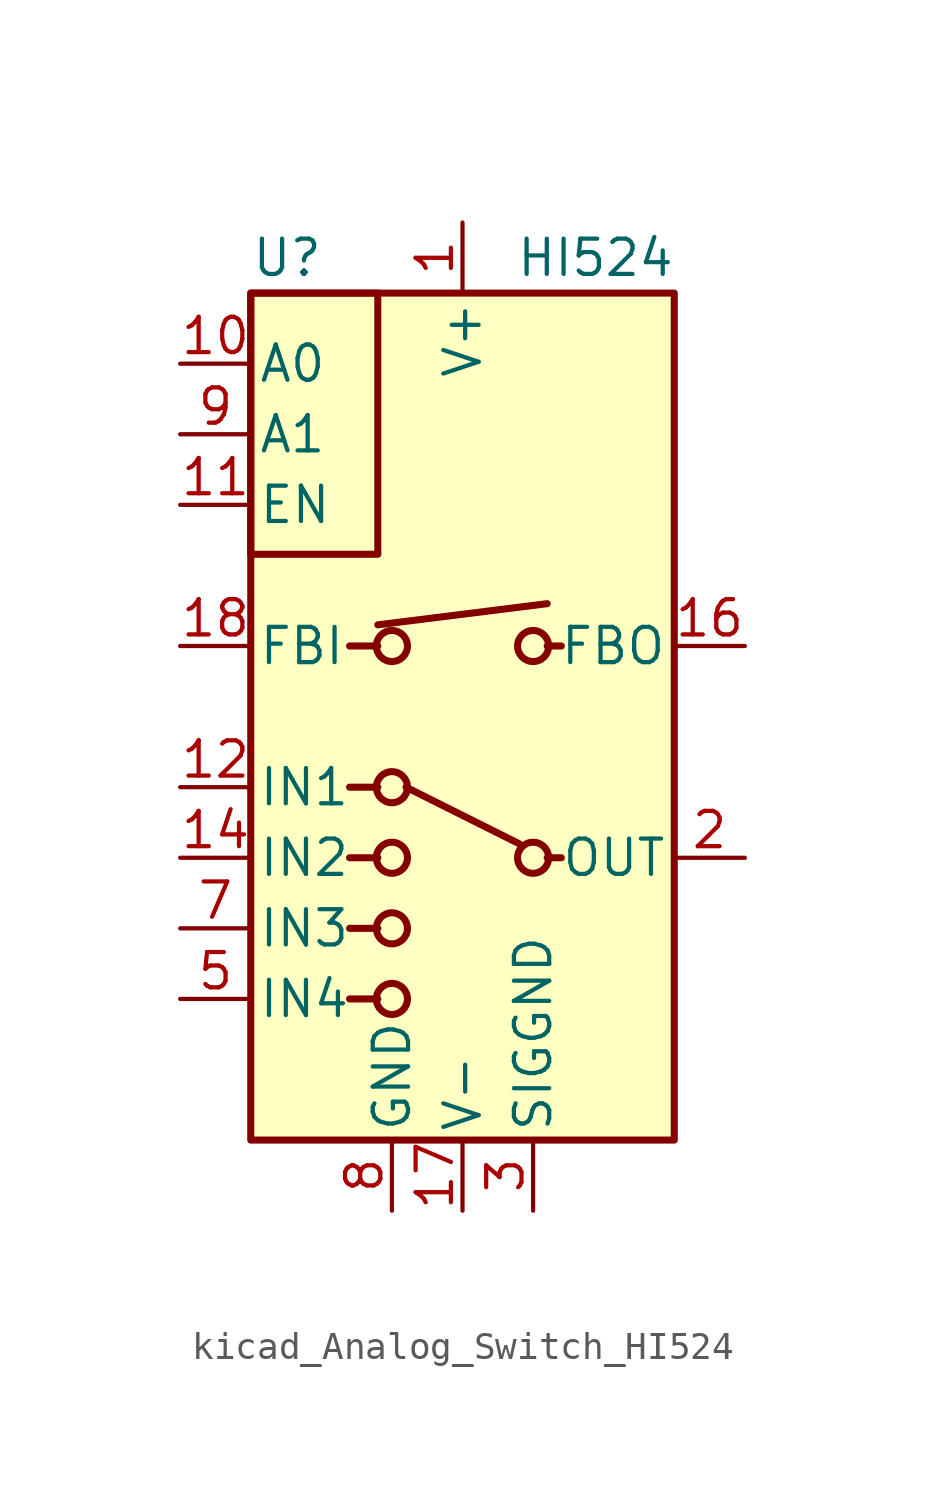
<source format=kicad_sym>
(kicad_symbol_lib
  (version 20220914)
  (generator kicad_symbol_editor)
  (symbol "kicad_Analog_Switch_HI524"
    (pin_names
      (offset 0.254))
    (property "Reference" "U"
      (at -7.62 16.51 0)
      (effects (font (size 1.27 1.27)) (justify left)))
    (property "Value" "HI524"
      (at 1.905 16.51 0)
      (effects (font (size 1.27 1.27)) (justify left)))
    (symbol "kicad_Analog_Switch_HI524_0_1"
      (rectangle (start -7.62 -15.24) (end 7.62 15.24) (stroke (width 0.254) (type default)) (fill (type background)))
      (rectangle (start -7.62 5.842) (end -3.048 15.24) (stroke (width 0.254) (type default)) (fill (type none)))
      (circle (center -2.54 -10.16) (radius 0.559) (stroke (width 0.254) (type default)) (fill (type none)))
      (circle (center -2.54 -7.62) (radius 0.559) (stroke (width 0.254) (type default)) (fill (type none)))
      (circle (center -2.54 -5.08) (radius 0.559) (stroke (width 0.254) (type default)) (fill (type none)))
      (circle (center -2.54 -2.54) (radius 0.559) (stroke (width 0.254) (type default)) (fill (type none)))
      (circle (center -2.54 2.54) (radius 0.559) (stroke (width 0.254) (type default)) (fill (type none)))
      (polyline (pts (xy -4.064 -10.16) (xy -3.048 -10.16)) (stroke (width 0.254) (type default)) (fill (type none)))
      (polyline (pts (xy -4.064 -5.08) (xy -3.048 -5.08)) (stroke (width 0.254) (type default)) (fill (type none)))
      (polyline (pts (xy -3.048 -7.62) (xy -4.064 -7.62)) (stroke (width 0.254) (type default)) (fill (type none)))
      (polyline (pts (xy -3.048 -2.54) (xy -4.064 -2.54)) (stroke (width 0.254) (type default)) (fill (type none)))
      (polyline (pts (xy -3.048 2.54) (xy -4.064 2.54)) (stroke (width 0.254) (type default)) (fill (type none)))
      (polyline (pts (xy -3.048 3.302) (xy 3.048 4.064)) (stroke (width 0.254) (type default)) (fill (type none)))
      (polyline (pts (xy 2.032 -4.572) (xy -2.032 -2.54)) (stroke (width 0.254) (type default)) (fill (type none)))
      (polyline (pts (xy 3.048 -5.08) (xy 3.556 -5.08)) (stroke (width 0.254) (type default)) (fill (type none)))
      (polyline (pts (xy 3.048 2.54) (xy 3.556 2.54)) (stroke (width 0.254) (type default)) (fill (type none)))
      (circle (center 2.54 -5.08) (radius 0.559) (stroke (width 0.254) (type default)) (fill (type none)))
      (circle (center 2.54 2.54) (radius 0.559) (stroke (width 0.254) (type default)) (fill (type none))))
    (symbol "kicad_Analog_Switch_HI524_1_1"
      (pin power_in line (at 0 17.78 270) (length 2.54) (name "V+" (effects (font (size 1.27 1.27)))) (number "1" (effects (font (size 1.27 1.27)))))
      (pin input line (at -10.16 12.7 0) (length 2.54) (name "A0" (effects (font (size 1.27 1.27)))) (number "10" (effects (font (size 1.27 1.27)))))
      (pin input line (at -10.16 7.62 0) (length 2.54) (name "EN" (effects (font (size 1.27 1.27)))) (number "11" (effects (font (size 1.27 1.27)))))
      (pin input line (at -10.16 -2.54 0) (length 2.54) (name "IN1" (effects (font (size 1.27 1.27)))) (number "12" (effects (font (size 1.27 1.27)))))
      (pin passive line (at 2.54 -17.78 90) (length 2.54) hide (name "SIGGND" (effects (font (size 1.27 1.27)))) (number "13" (effects (font (size 1.27 1.27)))))
      (pin input line (at -10.16 -5.08 0) (length 2.54) (name "IN2" (effects (font (size 1.27 1.27)))) (number "14" (effects (font (size 1.27 1.27)))))
      (pin passive line (at 2.54 -17.78 90) (length 2.54) hide (name "SIGGND" (effects (font (size 1.27 1.27)))) (number "15" (effects (font (size 1.27 1.27)))))
      (pin output line (at 10.16 2.54 180) (length 2.54) (name "FBO" (effects (font (size 1.27 1.27)))) (number "16" (effects (font (size 1.27 1.27)))))
      (pin power_in line (at 0 -17.78 90) (length 2.54) (name "V-" (effects (font (size 1.27 1.27)))) (number "17" (effects (font (size 1.27 1.27)))))
      (pin input line (at -10.16 2.54 0) (length 2.54) (name "FBI" (effects (font (size 1.27 1.27)))) (number "18" (effects (font (size 1.27 1.27)))))
      (pin output line (at 10.16 -5.08 180) (length 2.54) (name "OUT" (effects (font (size 1.27 1.27)))) (number "2" (effects (font (size 1.27 1.27)))))
      (pin power_in line (at 2.54 -17.78 90) (length 2.54) (name "SIGGND" (effects (font (size 1.27 1.27)))) (number "3" (effects (font (size 1.27 1.27)))))
      (pin passive line (at 2.54 -17.78 90) (length 2.54) hide (name "SIGGND" (effects (font (size 1.27 1.27)))) (number "4" (effects (font (size 1.27 1.27)))))
      (pin input line (at -10.16 -10.16 0) (length 2.54) (name "IN4" (effects (font (size 1.27 1.27)))) (number "5" (effects (font (size 1.27 1.27)))))
      (pin passive line (at 2.54 -17.78 90) (length 2.54) hide (name "SIGGND" (effects (font (size 1.27 1.27)))) (number "6" (effects (font (size 1.27 1.27)))))
      (pin input line (at -10.16 -7.62 0) (length 2.54) (name "IN3" (effects (font (size 1.27 1.27)))) (number "7" (effects (font (size 1.27 1.27)))))
      (pin power_in line (at -2.54 -17.78 90) (length 2.54) (name "GND" (effects (font (size 1.27 1.27)))) (number "8" (effects (font (size 1.27 1.27)))))
      (pin input line (at -10.16 10.16 0) (length 2.54) (name "A1" (effects (font (size 1.27 1.27)))) (number "9" (effects (font (size 1.27 1.27))))))))
</source>
